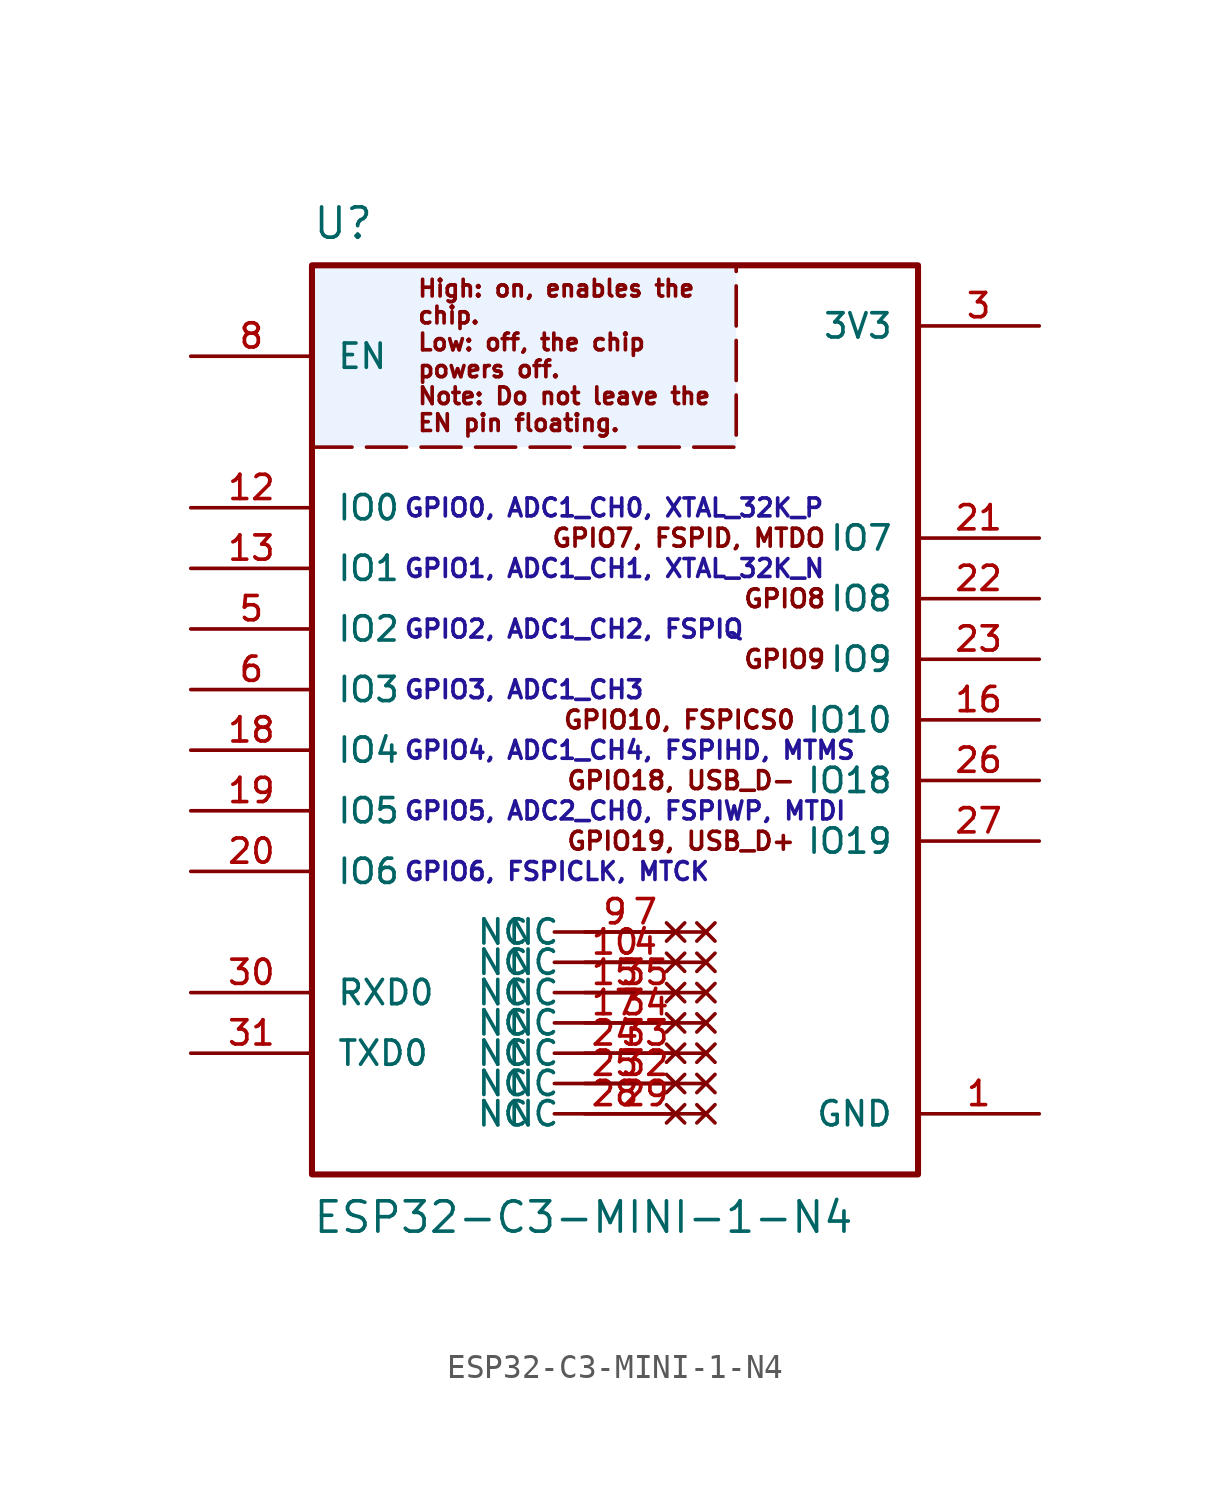
<source format=kicad_sym>
(kicad_symbol_lib
  (version 20220914)
  (generator kicad_symbol_editor)
  (symbol "ESP32-C3-MINI-1-N4"
    (pin_names
      (offset 1.016))
    (property "Reference" "U"
      (at -12.7 18.796 0)
      (effects (font (size 1.27 1.27)) (justify left bottom)))
    (property "Value" "ESP32-C3-MINI-1-N4"
      (at -12.7 -22.86 0)
      (effects (font (size 1.27 1.27)) (justify left bottom)))
    (symbol "ESP32-C3-MINI-1-N4_0_0"
      (rectangle (start -12.7 17.78) (end 12.7 -20.32) (stroke (width 0.254) (type default)) (fill (type none)))
      (text_box "" (at -12.7 17.78 0) (size 3.81 -7.62) (stroke (width -0.0001) (type dash)) (fill (type color) (color 235 243 255 1)) (effects (font (size 1.27 1.27)) (justify left top)))
      (text_box "High: on, enables the chip.\nLow: off, the chip powers off.\nNote: Do not leave the EN pin floating." (at -8.89 17.78 0) (size 13.97 -7.62) (stroke (width -0.0001) (type dash)) (fill (type color) (color 235 243 255 1)) (effects (font (size 0.7 0.7)) (justify left top)))
      (pin power_in line (at 17.78 -17.78 180) (length 5.08) (name "GND" (effects (font (size 1.016 1.016)))) (number "1" (effects (font (size 1.016 1.016)))))
      (pin no_connect line (at 2.54 -11.43 180) (length 5.08) (name "NC" (effects (font (size 1.016 1.016)))) (number "10" (effects (font (size 1.016 1.016)))))
      (pin power_in line (at 17.78 -17.78 180) (length 5.08) hide (name "GND" (effects (font (size 1.016 1.016)))) (number "11" (effects (font (size 1.016 1.016)))))
      (pin bidirectional line (at -17.78 7.62 0) (length 5.08) (name "IO0" (effects (font (size 1.016 1.016)))) (number "12" (effects (font (size 1.016 1.016)))))
      (pin bidirectional line (at -17.78 5.08 0) (length 5.08) (name "IO1" (effects (font (size 1.016 1.016)))) (number "13" (effects (font (size 1.016 1.016)))))
      (pin power_in line (at 17.78 -17.78 180) (length 5.08) hide (name "GND" (effects (font (size 1.016 1.016)))) (number "14" (effects (font (size 1.016 1.016)))))
      (pin no_connect line (at 2.54 -12.7 180) (length 5.08) (name "NC" (effects (font (size 1.016 1.016)))) (number "15" (effects (font (size 1.016 1.016)))))
      (pin bidirectional line (at 17.78 -1.27 180) (length 5.08) (name "IO10" (effects (font (size 1.016 1.016)))) (number "16" (effects (font (size 1.016 1.016)))))
      (pin no_connect line (at 2.54 -13.97 180) (length 5.08) (name "NC" (effects (font (size 1.016 1.016)))) (number "17" (effects (font (size 1.016 1.016)))))
      (pin bidirectional line (at -17.78 -2.54 0) (length 5.08) (name "IO4" (effects (font (size 1.016 1.016)))) (number "18" (effects (font (size 1.016 1.016)))))
      (pin bidirectional line (at -17.78 -5.08 0) (length 5.08) (name "IO5" (effects (font (size 1.016 1.016)))) (number "19" (effects (font (size 1.016 1.016)))))
      (pin power_in line (at 17.78 -17.78 180) (length 5.08) hide (name "GND" (effects (font (size 1.016 1.016)))) (number "2" (effects (font (size 1.016 1.016)))))
      (pin bidirectional line (at -17.78 -7.62 0) (length 5.08) (name "IO6" (effects (font (size 1.016 1.016)))) (number "20" (effects (font (size 1.016 1.016)))))
      (pin bidirectional line (at 17.78 6.35 180) (length 5.08) (name "IO7" (effects (font (size 1.016 1.016)))) (number "21" (effects (font (size 1.016 1.016)))))
      (pin bidirectional line (at 17.78 3.81 180) (length 5.08) (name "IO8" (effects (font (size 1.016 1.016)))) (number "22" (effects (font (size 1.016 1.016)))))
      (pin bidirectional line (at 17.78 1.27 180) (length 5.08) (name "IO9" (effects (font (size 1.016 1.016)))) (number "23" (effects (font (size 1.016 1.016)))))
      (pin no_connect line (at 2.54 -15.24 180) (length 5.08) (name "NC" (effects (font (size 1.016 1.016)))) (number "24" (effects (font (size 1.016 1.016)))))
      (pin no_connect line (at 2.54 -16.51 180) (length 5.08) (name "NC" (effects (font (size 1.016 1.016)))) (number "25" (effects (font (size 1.016 1.016)))))
      (pin bidirectional line (at 17.78 -3.81 180) (length 5.08) (name "IO18" (effects (font (size 1.016 1.016)))) (number "26" (effects (font (size 1.016 1.016)))))
      (pin bidirectional line (at 17.78 -6.35 180) (length 5.08) (name "IO19" (effects (font (size 1.016 1.016)))) (number "27" (effects (font (size 1.016 1.016)))))
      (pin no_connect line (at 2.54 -17.78 180) (length 5.08) (name "NC" (effects (font (size 1.016 1.016)))) (number "28" (effects (font (size 1.016 1.016)))))
      (pin no_connect line (at 3.81 -17.78 180) (length 5.08) (name "NC" (effects (font (size 1.016 1.016)))) (number "29" (effects (font (size 1.016 1.016)))))
      (pin power_in line (at 17.78 15.24 180) (length 5.08) (name "3V3" (effects (font (size 1.016 1.016)))) (number "3" (effects (font (size 1.016 1.016)))))
      (pin bidirectional line (at -17.78 -12.7 0) (length 5.08) (name "RXD0" (effects (font (size 1.016 1.016)))) (number "30" (effects (font (size 1.016 1.016)))))
      (pin bidirectional line (at -17.78 -15.24 0) (length 5.08) (name "TXD0" (effects (font (size 1.016 1.016)))) (number "31" (effects (font (size 1.016 1.016)))))
      (pin no_connect line (at 3.81 -16.51 180) (length 5.08) (name "NC" (effects (font (size 1.016 1.016)))) (number "32" (effects (font (size 1.016 1.016)))))
      (pin no_connect line (at 3.81 -15.24 180) (length 5.08) (name "NC" (effects (font (size 1.016 1.016)))) (number "33" (effects (font (size 1.016 1.016)))))
      (pin no_connect line (at 3.81 -13.97 180) (length 5.08) (name "NC" (effects (font (size 1.016 1.016)))) (number "34" (effects (font (size 1.016 1.016)))))
      (pin no_connect line (at 3.81 -12.7 180) (length 5.08) (name "NC" (effects (font (size 1.016 1.016)))) (number "35" (effects (font (size 1.016 1.016)))))
      (pin power_in line (at 17.78 -17.78 180) (length 5.08) hide (name "GND" (effects (font (size 1.016 1.016)))) (number "36" (effects (font (size 1.016 1.016)))))
      (pin power_in line (at 17.78 -17.78 180) (length 5.08) hide (name "GND" (effects (font (size 1.016 1.016)))) (number "37" (effects (font (size 1.016 1.016)))))
      (pin power_in line (at 17.78 -17.78 180) (length 5.08) hide (name "GND" (effects (font (size 1.016 1.016)))) (number "38" (effects (font (size 1.016 1.016)))))
      (pin power_in line (at 17.78 -17.78 180) (length 5.08) hide (name "GND" (effects (font (size 1.016 1.016)))) (number "39" (effects (font (size 1.016 1.016)))))
      (pin no_connect line (at 3.81 -11.43 180) (length 5.08) (name "NC" (effects (font (size 1.016 1.016)))) (number "4" (effects (font (size 1.016 1.016)))))
      (pin power_in line (at 17.78 -17.78 180) (length 5.08) hide (name "GND" (effects (font (size 1.016 1.016)))) (number "40" (effects (font (size 1.016 1.016)))))
      (pin power_in line (at 17.78 -17.78 180) (length 5.08) hide (name "GND" (effects (font (size 1.016 1.016)))) (number "41" (effects (font (size 1.016 1.016)))))
      (pin power_in line (at 17.78 -17.78 180) (length 5.08) hide (name "GND" (effects (font (size 1.016 1.016)))) (number "42" (effects (font (size 1.016 1.016)))))
      (pin power_in line (at 17.78 -17.78 180) (length 5.08) hide (name "GND" (effects (font (size 1.016 1.016)))) (number "43" (effects (font (size 1.016 1.016)))))
      (pin power_in line (at 17.78 -17.78 180) (length 5.08) hide (name "GND" (effects (font (size 1.016 1.016)))) (number "44" (effects (font (size 1.016 1.016)))))
      (pin power_in line (at 17.78 -17.78 180) (length 5.08) hide (name "GND" (effects (font (size 1.016 1.016)))) (number "45" (effects (font (size 1.016 1.016)))))
      (pin power_in line (at 17.78 -17.78 180) (length 5.08) hide (name "GND" (effects (font (size 1.016 1.016)))) (number "46" (effects (font (size 1.016 1.016)))))
      (pin power_in line (at 17.78 -17.78 180) (length 5.08) hide (name "GND" (effects (font (size 1.016 1.016)))) (number "47" (effects (font (size 1.016 1.016)))))
      (pin power_in line (at 17.78 -17.78 180) (length 5.08) hide (name "GND" (effects (font (size 1.016 1.016)))) (number "48" (effects (font (size 1.016 1.016)))))
      (pin power_in line (at 17.78 -17.78 180) (length 5.08) hide (name "GND" (effects (font (size 1.016 1.016)))) (number "49_1" (effects (font (size 1.016 1.016)))))
      (pin power_in line (at 17.78 -17.78 180) (length 5.08) hide (name "GND" (effects (font (size 1.016 1.016)))) (number "49_2" (effects (font (size 1.016 1.016)))))
      (pin power_in line (at 17.78 -17.78 180) (length 5.08) hide (name "GND" (effects (font (size 1.016 1.016)))) (number "49_3" (effects (font (size 1.016 1.016)))))
      (pin power_in line (at 17.78 -17.78 180) (length 5.08) hide (name "GND" (effects (font (size 1.016 1.016)))) (number "49_4" (effects (font (size 1.016 1.016)))))
      (pin power_in line (at 17.78 -17.78 180) (length 5.08) hide (name "GND" (effects (font (size 1.016 1.016)))) (number "49_5" (effects (font (size 1.016 1.016)))))
      (pin power_in line (at 17.78 -17.78 180) (length 5.08) hide (name "GND" (effects (font (size 1.016 1.016)))) (number "49_6" (effects (font (size 1.016 1.016)))))
      (pin power_in line (at 17.78 -17.78 180) (length 5.08) hide (name "GND" (effects (font (size 1.016 1.016)))) (number "49_7" (effects (font (size 1.016 1.016)))))
      (pin power_in line (at 17.78 -17.78 180) (length 5.08) hide (name "GND" (effects (font (size 1.016 1.016)))) (number "49_8" (effects (font (size 1.016 1.016)))))
      (pin power_in line (at 17.78 -17.78 180) (length 5.08) hide (name "GND" (effects (font (size 1.016 1.016)))) (number "49_9" (effects (font (size 1.016 1.016)))))
      (pin bidirectional line (at -17.78 2.54 0) (length 5.08) (name "IO2" (effects (font (size 1.016 1.016)))) (number "5" (effects (font (size 1.016 1.016)))))
      (pin power_in line (at 17.78 -17.78 180) (length 5.08) hide (name "GND" (effects (font (size 1.016 1.016)))) (number "50" (effects (font (size 1.016 1.016)))))
      (pin power_in line (at 17.78 -17.78 180) (length 5.08) hide (name "GND" (effects (font (size 1.016 1.016)))) (number "51" (effects (font (size 1.016 1.016)))))
      (pin power_in line (at 17.78 -17.78 180) (length 5.08) hide (name "GND" (effects (font (size 1.016 1.016)))) (number "52" (effects (font (size 1.016 1.016)))))
      (pin power_in line (at 17.78 -17.78 180) (length 5.08) hide (name "GND" (effects (font (size 1.016 1.016)))) (number "53" (effects (font (size 1.016 1.016)))))
      (pin bidirectional line (at -17.78 0 0) (length 5.08) (name "IO3" (effects (font (size 1.016 1.016)))) (number "6" (effects (font (size 1.016 1.016)))))
      (pin no_connect line (at 3.81 -10.16 180) (length 5.08) (name "NC" (effects (font (size 1.016 1.016)))) (number "7" (effects (font (size 1.016 1.016)))))
      (pin input line (at -17.78 13.97 0) (length 5.08) (name "EN" (effects (font (size 1.016 1.016)))) (number "8" (effects (font (size 1.016 1.016)))))
      (pin no_connect line (at 2.54 -10.16 180) (length 5.08) (name "NC" (effects (font (size 1.016 1.016)))) (number "9" (effects (font (size 1.016 1.016))))))
    (symbol "ESP32-C3-MINI-1-N4_0_1"
      (polyline (pts (xy -12.7 10.16) (xy 5.08 10.16) (xy 5.08 17.78)) (stroke (width 0) (type dash)) (fill (type none)))
      (text "GPIO0, ADC1_CH0, XTAL_32K_P" (at -8.89 7.62 0) (effects (font (size 0.75 0.75) (color 36 21 152 1)) (justify left)))
      (text "GPIO1, ADC1_CH1, XTAL_32K_N" (at -8.89 5.08 0) (effects (font (size 0.75 0.75) (color 36 21 152 1)) (justify left)))
      (text "GPIO10, FSPICS0" (at 7.62 -1.27 0) (effects (font (size 0.75 0.75)) (justify right)))
      (text "GPIO18, USB_D-" (at 7.62 -3.81 0) (effects (font (size 0.75 0.75)) (justify right)))
      (text "GPIO19, USB_D+" (at 7.62 -6.35 0) (effects (font (size 0.75 0.75)) (justify right)))
      (text "GPIO2, ADC1_CH2, FSPIQ" (at -8.89 2.54 0) (effects (font (size 0.75 0.75) (color 36 21 152 1)) (justify left)))
      (text "GPIO3, ADC1_CH3" (at -8.89 0 0) (effects (font (size 0.75 0.75) (color 36 21 152 1)) (justify left)))
      (text "GPIO4, ADC1_CH4, FSPIHD, MTMS" (at -8.89 -2.54 0) (effects (font (size 0.75 0.75) (color 36 21 152 1)) (justify left)))
      (text "GPIO5, ADC2_CH0, FSPIWP, MTDI" (at -8.89 -5.08 0) (effects (font (size 0.75 0.75) (color 36 21 152 1)) (justify left)))
      (text "GPIO6, FSPICLK, MTCK" (at -8.89 -7.62 0) (effects (font (size 0.75 0.75) (color 36 21 152 1)) (justify left)))
      (text "GPIO7, FSPID, MTDO" (at 8.89 6.35 0) (effects (font (size 0.75 0.75)) (justify right)))
      (text "GPIO8" (at 8.89 3.81 0) (effects (font (size 0.75 0.75)) (justify right)))
      (text "GPIO9" (at 8.89 1.27 0) (effects (font (size 0.75 0.75)) (justify right))))))
</source>
